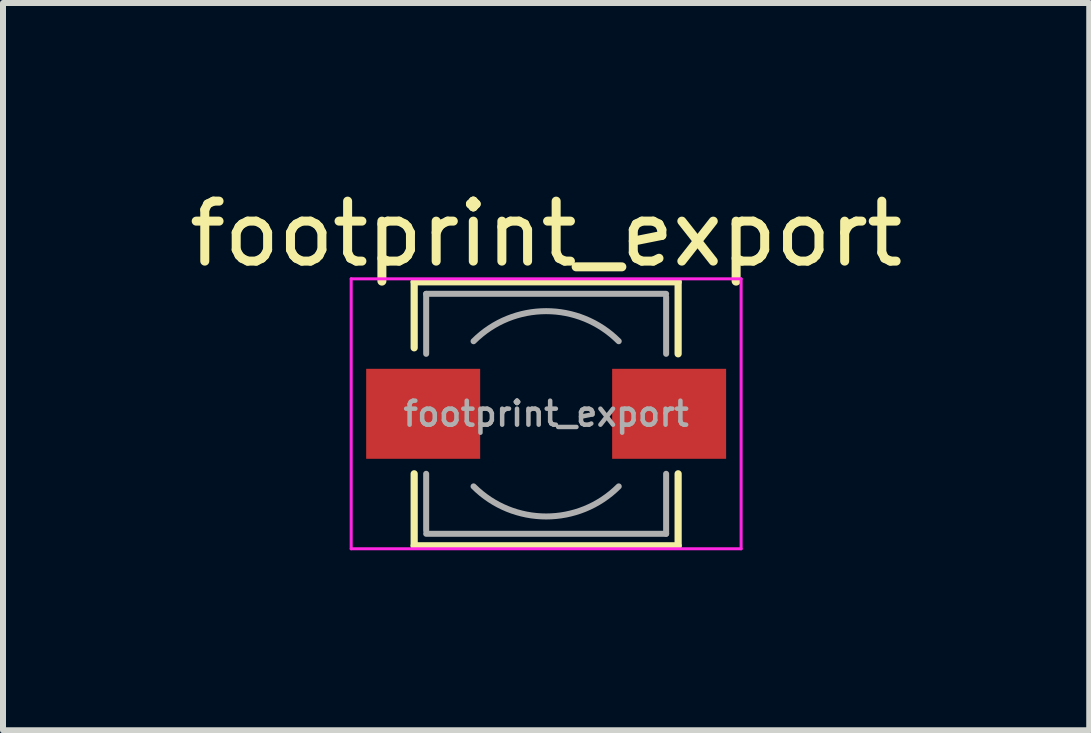
<source format=kicad_pcb>
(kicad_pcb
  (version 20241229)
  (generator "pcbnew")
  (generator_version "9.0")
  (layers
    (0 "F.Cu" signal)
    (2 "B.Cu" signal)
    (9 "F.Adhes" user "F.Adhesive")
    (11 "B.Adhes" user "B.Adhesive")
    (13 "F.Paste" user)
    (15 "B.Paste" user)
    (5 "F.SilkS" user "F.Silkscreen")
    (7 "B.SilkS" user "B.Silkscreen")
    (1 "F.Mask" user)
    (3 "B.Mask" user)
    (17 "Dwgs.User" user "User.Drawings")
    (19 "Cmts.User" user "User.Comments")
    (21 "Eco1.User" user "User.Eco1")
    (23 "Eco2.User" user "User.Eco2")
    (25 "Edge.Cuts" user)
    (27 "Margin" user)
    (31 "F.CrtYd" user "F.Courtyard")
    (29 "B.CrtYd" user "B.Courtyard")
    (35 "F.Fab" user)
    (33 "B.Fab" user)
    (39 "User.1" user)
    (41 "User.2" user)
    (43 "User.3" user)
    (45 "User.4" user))
  (footprint "footprint_export"
    (layer "F.Cu")
    (at 6.054 3.848)
    (property "Reference" "footprint_export" (at 0 -3 0) (layer "F.SilkS") (effects (font (size 1 1) (thickness 0.15))))
    (attr smd)
    (fp_line (start -2.2 -2.2) (end 2.2 -2.2) (stroke (width 0.12) (type solid)) (layer "F.SilkS"))
    (fp_line (start -2.2 -1.1) (end -2.2 -2.2) (stroke (width 0.12) (type solid)) (layer "F.SilkS"))
    (fp_line (start -2.2 2.2) (end -2.2 1) (stroke (width 0.12) (type solid)) (layer "F.SilkS"))
    (fp_line (start 2.2 -2.2) (end 2.2 -1) (stroke (width 0.12) (type solid)) (layer "F.SilkS"))
    (fp_line (start 2.2 1) (end 2.2 2.2) (stroke (width 0.12) (type solid)) (layer "F.SilkS"))
    (fp_line (start 2.2 2.2) (end -2.2 2.2) (stroke (width 0.12) (type solid)) (layer "F.SilkS"))
    (fp_line (start -3.25 -2.25) (end -3.25 2.25) (stroke (width 0.05) (type solid)) (layer "F.CrtYd"))
    (fp_line (start -3.25 -2.25) (end 3.25 -2.25) (stroke (width 0.05) (type solid)) (layer "F.CrtYd"))
    (fp_line (start -3.25 2.25) (end 3.25 2.25) (stroke (width 0.05) (type solid)) (layer "F.CrtYd"))
    (fp_line (start 3.25 2.25) (end 3.25 -2.25) (stroke (width 0.05) (type solid)) (layer "F.CrtYd"))
    (fp_line (start -2 -2) (end -2 -1) (stroke (width 0.1) (type solid)) (layer "F.Fab"))
    (fp_line (start -2 -2) (end 2 -2) (stroke (width 0.1) (type solid)) (layer "F.Fab"))
    (fp_line (start -2 1.95) (end -2 1) (stroke (width 0.1) (type solid)) (layer "F.Fab"))
    (fp_line (start -2 2) (end 2 2) (stroke (width 0.1) (type solid)) (layer "F.Fab"))
    (fp_line (start 2 -1.95) (end 2 -1) (stroke (width 0.1) (type solid)) (layer "F.Fab"))
    (fp_line (start 2 2) (end 2 1) (stroke (width 0.1) (type solid)) (layer "F.Fab"))
    (fp_arc (start -1.21 -1.21) (mid 0 -1.711198) (end 1.21 -1.21) (stroke (width 0.1) (type solid)) (layer "F.Fab"))
    (fp_arc (start 1.21 1.21) (mid 0 1.711198) (end -1.21 1.21) (stroke (width 0.1) (type solid)) (layer "F.Fab"))
    (fp_text user "${REFERENCE}" (at 0 0 0) (layer "F.Fab") (effects (font (size 0.4 0.4) (thickness 0.075))))
    (pad "1" smd rect (at -2.05 0) (size 1.9 1.5) (layers "F.Cu" "F.Mask" "F.Paste"))
    (pad "2" smd rect (at 2.05 0) (size 1.9 1.5) (layers "F.Cu" "F.Mask" "F.Paste")))
  (gr_rect
    (start -3 -3)
    (end 15.107 9.123)
    (stroke (width 0.1) (type default))
    (fill no)
    (layer "Edge.Cuts")))
</source>
